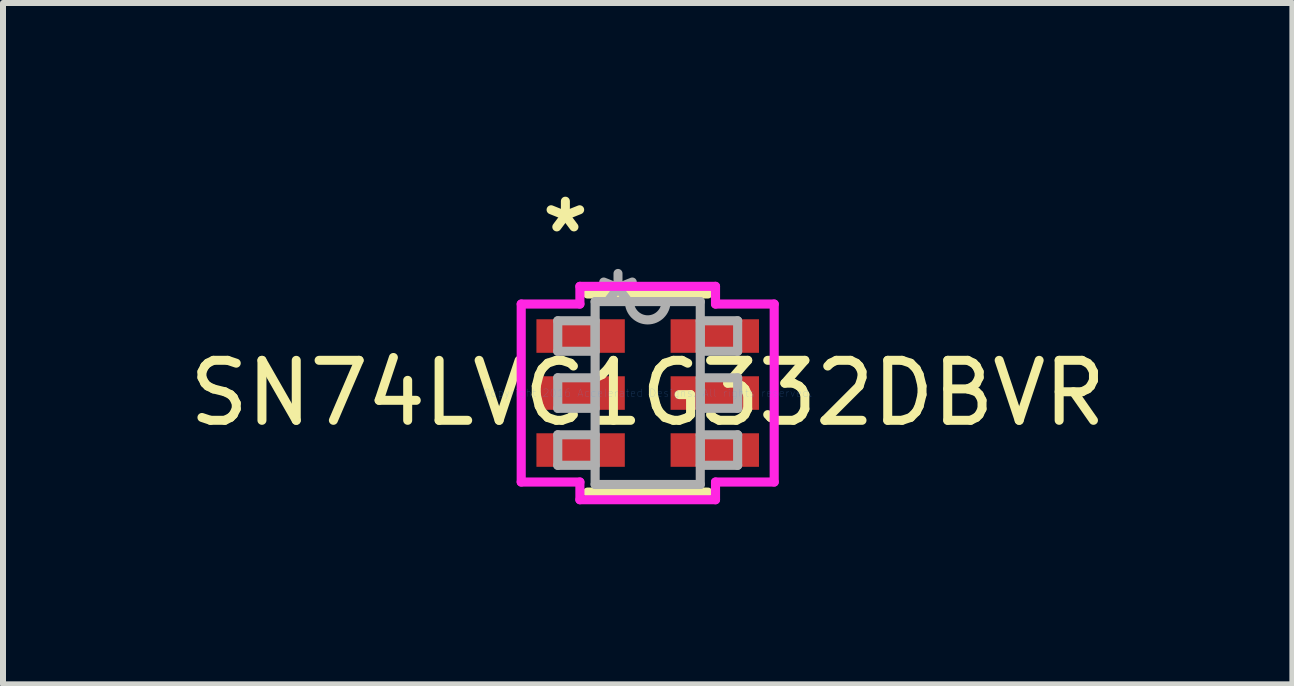
<source format=kicad_pcb>
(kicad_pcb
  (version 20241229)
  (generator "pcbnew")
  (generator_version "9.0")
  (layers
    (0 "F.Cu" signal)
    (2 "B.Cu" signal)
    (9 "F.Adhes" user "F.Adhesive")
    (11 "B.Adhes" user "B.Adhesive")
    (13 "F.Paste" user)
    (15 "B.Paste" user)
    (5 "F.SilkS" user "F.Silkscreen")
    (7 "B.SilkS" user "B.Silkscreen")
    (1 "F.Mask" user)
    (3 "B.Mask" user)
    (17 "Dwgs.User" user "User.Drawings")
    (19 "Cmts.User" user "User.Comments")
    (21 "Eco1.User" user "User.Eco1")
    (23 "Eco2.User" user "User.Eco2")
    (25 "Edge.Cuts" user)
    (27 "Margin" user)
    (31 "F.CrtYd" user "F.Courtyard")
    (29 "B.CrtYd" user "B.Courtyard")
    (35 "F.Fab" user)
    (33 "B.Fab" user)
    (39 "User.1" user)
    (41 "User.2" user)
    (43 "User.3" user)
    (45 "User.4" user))
  (footprint "SN74LVC1G332DBVR"
    (layer "F.Cu")
    (at 7.744 3.5)
    (property "Reference" "SN74LVC1G332DBVR" (at 0 0 0) (layer "F.SilkS") (effects (font (size 1 1) (thickness 0.15))))
    (attr through_hole)
    (fp_line (start -1.003 1.651) (end 1.003 1.651) (stroke (width 0.152) (type solid)) (layer "F.SilkS"))
    (fp_line (start 1.003 -1.651) (end -1.003 -1.651) (stroke (width 0.152) (type solid)) (layer "F.SilkS"))
    (fp_line (start -2.108 -1.483) (end -1.13 -1.483) (stroke (width 0.152) (type solid)) (layer "F.CrtYd"))
    (fp_line (start -2.108 1.483) (end -2.108 -1.483) (stroke (width 0.152) (type solid)) (layer "F.CrtYd"))
    (fp_line (start -1.13 -1.778) (end 1.13 -1.778) (stroke (width 0.152) (type solid)) (layer "F.CrtYd"))
    (fp_line (start -1.13 -1.483) (end -1.13 -1.778) (stroke (width 0.152) (type solid)) (layer "F.CrtYd"))
    (fp_line (start -1.13 1.483) (end -2.108 1.483) (stroke (width 0.152) (type solid)) (layer "F.CrtYd"))
    (fp_line (start -1.13 1.778) (end -1.13 1.483) (stroke (width 0.152) (type solid)) (layer "F.CrtYd"))
    (fp_line (start 1.13 -1.778) (end 1.13 -1.483) (stroke (width 0.152) (type solid)) (layer "F.CrtYd"))
    (fp_line (start 1.13 -1.483) (end 2.108 -1.483) (stroke (width 0.152) (type solid)) (layer "F.CrtYd"))
    (fp_line (start 1.13 1.483) (end 1.13 1.778) (stroke (width 0.152) (type solid)) (layer "F.CrtYd"))
    (fp_line (start 1.13 1.778) (end -1.13 1.778) (stroke (width 0.152) (type solid)) (layer "F.CrtYd"))
    (fp_line (start 2.108 -1.483) (end 2.108 1.483) (stroke (width 0.152) (type solid)) (layer "F.CrtYd"))
    (fp_line (start 2.108 1.483) (end 1.13 1.483) (stroke (width 0.152) (type solid)) (layer "F.CrtYd"))
    (fp_line (start -1.499 -1.204) (end -1.499 -0.696) (stroke (width 0.152) (type solid)) (layer "F.Fab"))
    (fp_line (start -1.499 -0.696) (end -0.876 -0.696) (stroke (width 0.152) (type solid)) (layer "F.Fab"))
    (fp_line (start -1.499 -0.254) (end -1.499 0.254) (stroke (width 0.152) (type solid)) (layer "F.Fab"))
    (fp_line (start -1.499 0.254) (end -0.876 0.254) (stroke (width 0.152) (type solid)) (layer "F.Fab"))
    (fp_line (start -1.499 0.696) (end -1.499 1.204) (stroke (width 0.152) (type solid)) (layer "F.Fab"))
    (fp_line (start -1.499 1.204) (end -0.876 1.204) (stroke (width 0.152) (type solid)) (layer "F.Fab"))
    (fp_line (start -0.876 -1.524) (end -0.876 1.524) (stroke (width 0.152) (type solid)) (layer "F.Fab"))
    (fp_line (start -0.876 -1.204) (end -1.499 -1.204) (stroke (width 0.152) (type solid)) (layer "F.Fab"))
    (fp_line (start -0.876 -0.696) (end -0.876 -1.204) (stroke (width 0.152) (type solid)) (layer "F.Fab"))
    (fp_line (start -0.876 -0.254) (end -1.499 -0.254) (stroke (width 0.152) (type solid)) (layer "F.Fab"))
    (fp_line (start -0.876 0.254) (end -0.876 -0.254) (stroke (width 0.152) (type solid)) (layer "F.Fab"))
    (fp_line (start -0.876 0.696) (end -1.499 0.696) (stroke (width 0.152) (type solid)) (layer "F.Fab"))
    (fp_line (start -0.876 1.204) (end -0.876 0.696) (stroke (width 0.152) (type solid)) (layer "F.Fab"))
    (fp_line (start -0.876 1.524) (end 0.876 1.524) (stroke (width 0.152) (type solid)) (layer "F.Fab"))
    (fp_line (start 0.876 -1.524) (end -0.876 -1.524) (stroke (width 0.152) (type solid)) (layer "F.Fab"))
    (fp_line (start 0.876 -1.204) (end 0.876 -0.696) (stroke (width 0.152) (type solid)) (layer "F.Fab"))
    (fp_line (start 0.876 -0.696) (end 1.499 -0.696) (stroke (width 0.152) (type solid)) (layer "F.Fab"))
    (fp_line (start 0.876 -0.254) (end 0.876 0.254) (stroke (width 0.152) (type solid)) (layer "F.Fab"))
    (fp_line (start 0.876 0.254) (end 1.499 0.254) (stroke (width 0.152) (type solid)) (layer "F.Fab"))
    (fp_line (start 0.876 0.696) (end 0.876 1.204) (stroke (width 0.152) (type solid)) (layer "F.Fab"))
    (fp_line (start 0.876 1.204) (end 1.499 1.204) (stroke (width 0.152) (type solid)) (layer "F.Fab"))
    (fp_line (start 0.876 1.524) (end 0.876 -1.524) (stroke (width 0.152) (type solid)) (layer "F.Fab"))
    (fp_line (start 1.499 -1.204) (end 0.876 -1.204) (stroke (width 0.152) (type solid)) (layer "F.Fab"))
    (fp_line (start 1.499 -0.696) (end 1.499 -1.204) (stroke (width 0.152) (type solid)) (layer "F.Fab"))
    (fp_line (start 1.499 -0.254) (end 0.876 -0.254) (stroke (width 0.152) (type solid)) (layer "F.Fab"))
    (fp_line (start 1.499 0.254) (end 1.499 -0.254) (stroke (width 0.152) (type solid)) (layer "F.Fab"))
    (fp_line (start 1.499 0.696) (end 0.876 0.696) (stroke (width 0.152) (type solid)) (layer "F.Fab"))
    (fp_line (start 1.499 1.204) (end 1.499 0.696) (stroke (width 0.152) (type solid)) (layer "F.Fab"))
    (fp_arc (start 0.3048 -1.524) (mid 0 -1.2192) (end -0.3048 -1.524) (stroke (width 0.1524) (type solid)) (layer "F.Fab"))
    (fp_text user "*" (at -1.372 -2.652 0) (layer "F.SilkS") (effects (font (size 1 1) (thickness 0.15))))
    (fp_text user "Copyright 2016 Accelerated Designs. All rights reserved." (at 0 0 0) (layer "Cmts.User") (effects (font (size 0.127 0.127) (thickness 0.002))))
    (fp_text user "*" (at -0.495 -1.448 0) (layer "F.Fab") (effects (font (size 1 1) (thickness 0.15))))
    (pad "1" smd rect (at -1.118 -0.95) (size 1.473 0.559) (layers "F.Cu" "F.Mask" "F.Paste"))
    (pad "2" smd rect (at -1.118 0) (size 1.473 0.559) (layers "F.Cu" "F.Mask" "F.Paste"))
    (pad "3" smd rect (at -1.118 0.95) (size 1.473 0.559) (layers "F.Cu" "F.Mask" "F.Paste"))
    (pad "4" smd rect (at 1.118 0.95) (size 1.473 0.559) (layers "F.Cu" "F.Mask" "F.Paste"))
    (pad "5" smd rect (at 1.118 0) (size 1.473 0.559) (layers "F.Cu" "F.Mask" "F.Paste"))
    (pad "6" smd rect (at 1.118 -0.95) (size 1.473 0.559) (layers "F.Cu" "F.Mask" "F.Paste")))
  (gr_rect
    (start -3 -3)
    (end 18.488 8.354)
    (stroke (width 0.1) (type default))
    (fill no)
    (layer "Edge.Cuts")))
</source>
